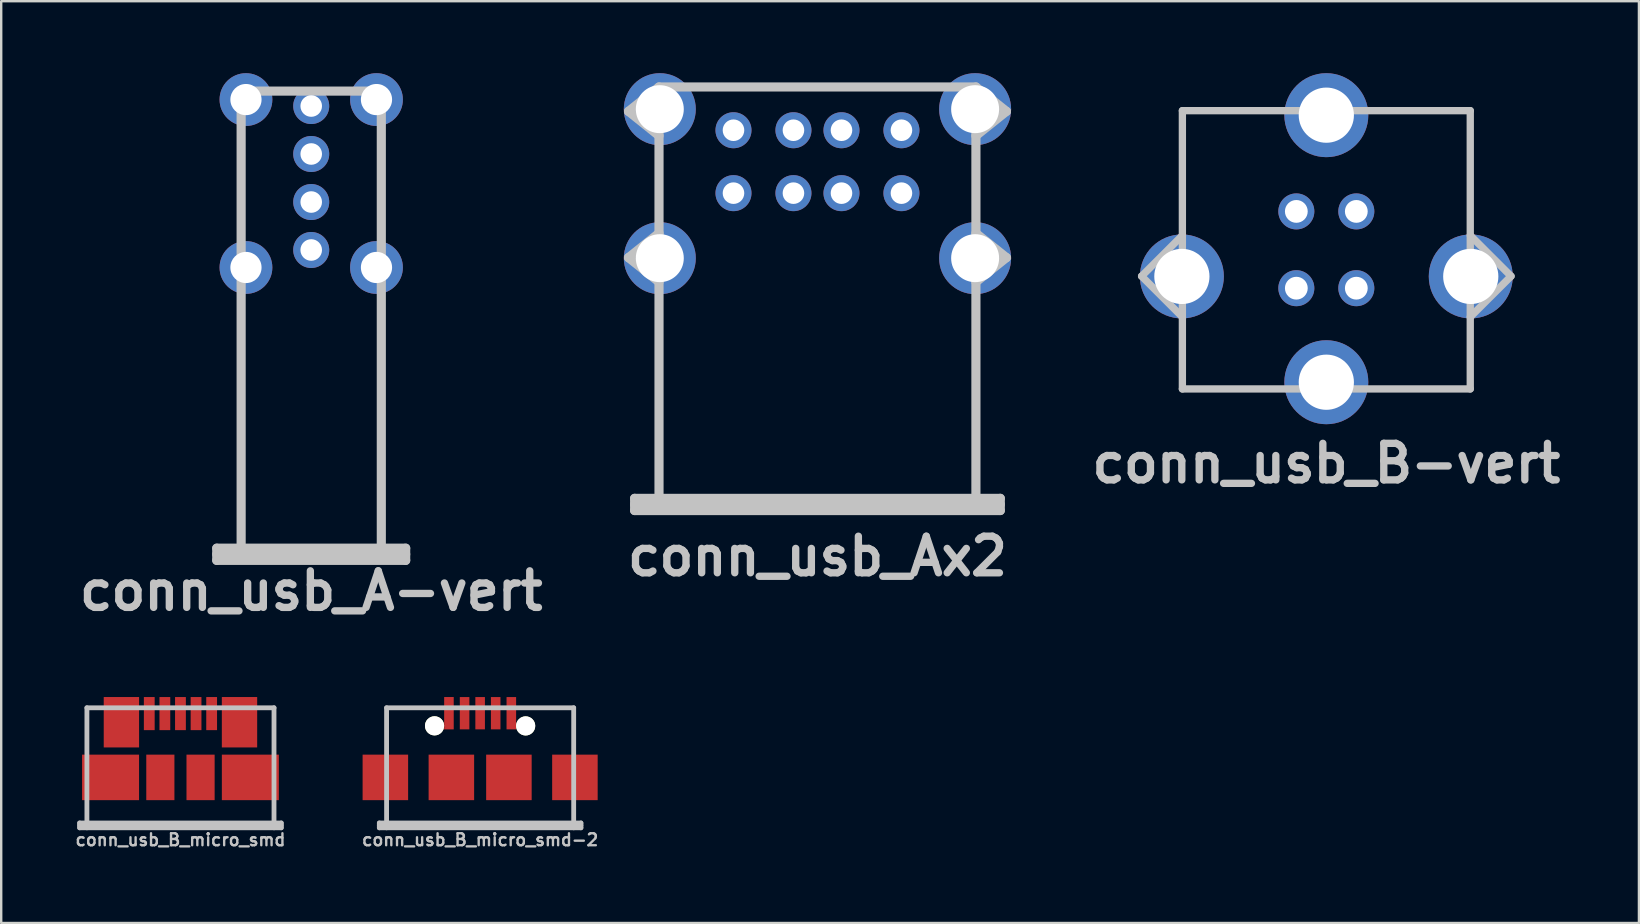
<source format=kicad_pcb>
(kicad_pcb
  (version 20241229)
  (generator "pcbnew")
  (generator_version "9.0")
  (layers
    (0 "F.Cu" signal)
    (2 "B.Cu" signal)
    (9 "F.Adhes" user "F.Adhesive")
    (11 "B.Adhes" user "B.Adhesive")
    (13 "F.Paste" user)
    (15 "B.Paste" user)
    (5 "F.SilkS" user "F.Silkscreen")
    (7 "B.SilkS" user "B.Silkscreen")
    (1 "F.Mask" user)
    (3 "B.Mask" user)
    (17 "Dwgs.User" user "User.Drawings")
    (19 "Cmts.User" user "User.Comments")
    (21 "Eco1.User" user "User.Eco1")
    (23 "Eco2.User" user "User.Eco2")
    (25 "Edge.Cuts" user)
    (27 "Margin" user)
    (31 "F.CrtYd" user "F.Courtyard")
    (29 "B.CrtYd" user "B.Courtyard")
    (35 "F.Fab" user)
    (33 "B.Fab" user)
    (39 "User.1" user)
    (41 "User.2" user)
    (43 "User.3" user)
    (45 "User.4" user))
  (footprint "conn_usb_B-vert"
    (layer "F.Cu")
    (at 52.228 7.361)
    (property "Reference" "conn_usb_B-vert" (at 0 8.9 0) (layer "Dwgs.User") (effects (font (size 1.524 1.524) (thickness 0.305))))
    (attr through_hole)
    (fp_line (start -7.699 1.1) (end -5.999 2.799) (stroke (width 0.305) (type solid)) (layer "Dwgs.User"))
    (fp_line (start -5.999 -5.799) (end 5.999 -5.799) (stroke (width 0.305) (type solid)) (layer "Dwgs.User"))
    (fp_line (start -5.999 -0.599) (end -7.699 1.1) (stroke (width 0.305) (type solid)) (layer "Dwgs.User"))
    (fp_line (start -5.999 5.799) (end -5.999 -5.799) (stroke (width 0.305) (type solid)) (layer "Dwgs.User"))
    (fp_line (start 5.999 -5.799) (end 5.999 5.799) (stroke (width 0.305) (type solid)) (layer "Dwgs.User"))
    (fp_line (start 5.999 -0.599) (end 7.699 1.1) (stroke (width 0.305) (type solid)) (layer "Dwgs.User"))
    (fp_line (start 5.999 5.799) (end -5.999 5.799) (stroke (width 0.305) (type solid)) (layer "Dwgs.User"))
    (fp_line (start 7.699 1.1) (end 5.999 2.799) (stroke (width 0.305) (type solid)) (layer "Dwgs.User"))
    (pad "" thru_hole circle (at -6.02 1.11) (size 3.5 3.5) (drill 2.301) (layers "*.Cu" "*.Mask"))
    (pad "" thru_hole circle (at 0 -5.611) (size 3.5 3.5) (drill 2.301) (layers "*.Cu" "*.Mask"))
    (pad "" thru_hole circle (at 0 5.519) (size 3.5 3.5) (drill 2.301) (layers "*.Cu" "*.Mask"))
    (pad "" thru_hole circle (at 6.02 1.11) (size 3.5 3.5) (drill 2.301) (layers "*.Cu" "*.Mask"))
    (pad "1" thru_hole circle (at 1.25 -1.6) (size 1.501 1.501) (drill 0.95) (layers "*.Cu" "*.Mask"))
    (pad "2" thru_hole circle (at -1.25 -1.6) (size 1.501 1.501) (drill 0.95) (layers "*.Cu" "*.Mask"))
    (pad "3" thru_hole circle (at -1.25 1.6) (size 1.501 1.501) (drill 0.95) (layers "*.Cu" "*.Mask"))
    (pad "4" thru_hole circle (at 1.25 1.6) (size 1.501 1.501) (drill 0.95) (layers "*.Cu" "*.Mask")))
  (footprint "conn_usb_A-vert"
    (layer "F.Cu")
    (at 9.921 10.399)
    (property "Reference" "conn_usb_A-vert" (at 0 11.176 0) (layer "Dwgs.User") (effects (font (size 1.524 1.524) (thickness 0.305))))
    (attr through_hole)
    (fp_line (start -3.937 9.398) (end -3.937 9.906) (stroke (width 0.381) (type solid)) (layer "Dwgs.User"))
    (fp_line (start -3.937 9.906) (end 3.937 9.906) (stroke (width 0.381) (type solid)) (layer "Dwgs.User"))
    (fp_line (start -2.921 -9.652) (end -2.921 9.652) (stroke (width 0.381) (type solid)) (layer "Dwgs.User"))
    (fp_line (start 2.921 -9.652) (end -2.921 -9.652) (stroke (width 0.381) (type solid)) (layer "Dwgs.User"))
    (fp_line (start 2.921 9.652) (end 2.921 -9.652) (stroke (width 0.381) (type solid)) (layer "Dwgs.User"))
    (fp_line (start 3.937 9.398) (end -3.937 9.398) (stroke (width 0.381) (type solid)) (layer "Dwgs.User"))
    (fp_line (start 3.937 9.652) (end -3.937 9.652) (stroke (width 0.381) (type solid)) (layer "Dwgs.User"))
    (fp_line (start 3.937 9.906) (end 3.937 9.398) (stroke (width 0.381) (type solid)) (layer "Dwgs.User"))
    (pad "" thru_hole circle (at -2.72 -9.299) (size 2.2 2.2) (drill 1.3) (layers "*.Cu" "*.Mask"))
    (pad "" thru_hole circle (at -2.72 -2.301) (size 2.2 2.2) (drill 1.3) (layers "*.Cu" "*.Mask"))
    (pad "" thru_hole circle (at 2.72 -9.299) (size 2.2 2.2) (drill 1.3) (layers "*.Cu" "*.Mask"))
    (pad "" thru_hole circle (at 2.72 -2.301) (size 2.2 2.2) (drill 1.3) (layers "*.Cu" "*.Mask"))
    (pad "1" thru_hole circle (at 0 -3.03) (size 1.501 1.501) (drill 0.899) (layers "*.Cu" "*.Mask"))
    (pad "2" thru_hole circle (at 0 -5.029) (size 1.501 1.501) (drill 0.899) (layers "*.Cu" "*.Mask"))
    (pad "3" thru_hole circle (at 0 -7.031) (size 1.501 1.501) (drill 0.899) (layers "*.Cu" "*.Mask"))
    (pad "4" thru_hole circle (at 0 -9.03) (size 1.501 1.501) (drill 0.899) (layers "*.Cu" "*.Mask")))
  (footprint "conn_usb_Ax2"
    (layer "F.Cu")
    (at 31.02 9.465)
    (property "Reference" "conn_usb_Ax2" (at 0 10.668 0) (layer "Dwgs.User") (effects (font (size 1.524 1.524) (thickness 0.305))))
    (attr through_hole)
    (fp_line (start -7.874 -7.874) (end -6.604 -6.858) (stroke (width 0.381) (type solid)) (layer "Dwgs.User"))
    (fp_line (start -7.874 -1.778) (end -6.604 -0.762) (stroke (width 0.381) (type solid)) (layer "Dwgs.User"))
    (fp_line (start -7.62 8.255) (end -7.62 8.763) (stroke (width 0.381) (type solid)) (layer "Dwgs.User"))
    (fp_line (start -7.62 8.255) (end 7.62 8.255) (stroke (width 0.381) (type solid)) (layer "Dwgs.User"))
    (fp_line (start -7.62 8.509) (end 7.62 8.509) (stroke (width 0.381) (type solid)) (layer "Dwgs.User"))
    (fp_line (start -6.604 -8.89) (end -7.874 -7.874) (stroke (width 0.381) (type solid)) (layer "Dwgs.User"))
    (fp_line (start -6.604 -8.636) (end -6.604 8.636) (stroke (width 0.381) (type solid)) (layer "Dwgs.User"))
    (fp_line (start -6.604 -2.794) (end -7.874 -1.778) (stroke (width 0.381) (type solid)) (layer "Dwgs.User"))
    (fp_line (start 6.604 -8.89) (end -6.604 -8.89) (stroke (width 0.381) (type solid)) (layer "Dwgs.User"))
    (fp_line (start 6.604 -8.89) (end 7.874 -7.874) (stroke (width 0.381) (type solid)) (layer "Dwgs.User"))
    (fp_line (start 6.604 -2.794) (end 7.874 -1.778) (stroke (width 0.381) (type solid)) (layer "Dwgs.User"))
    (fp_line (start 6.604 8.636) (end 6.604 -8.636) (stroke (width 0.381) (type solid)) (layer "Dwgs.User"))
    (fp_line (start 7.62 8.255) (end 7.62 8.763) (stroke (width 0.381) (type solid)) (layer "Dwgs.User"))
    (fp_line (start 7.62 8.763) (end -7.62 8.763) (stroke (width 0.381) (type solid)) (layer "Dwgs.User"))
    (fp_line (start 7.874 -7.874) (end 6.604 -6.858) (stroke (width 0.381) (type solid)) (layer "Dwgs.User"))
    (fp_line (start 7.874 -1.778) (end 6.604 -0.762) (stroke (width 0.381) (type solid)) (layer "Dwgs.User"))
    (pad "" thru_hole circle (at -6.571 -7.965) (size 3 3) (drill 1.999) (layers "*.Cu" "*.Mask"))
    (pad "" thru_hole circle (at -6.571 -1.755) (size 3 3) (drill 1.999) (layers "*.Cu" "*.Mask"))
    (pad "" thru_hole circle (at 6.571 -7.965) (size 3 3) (drill 1.999) (layers "*.Cu" "*.Mask"))
    (pad "" thru_hole circle (at 6.571 -1.755) (size 3 3) (drill 1.999) (layers "*.Cu" "*.Mask"))
    (pad "1" thru_hole circle (at -3.5 -4.465) (size 1.501 1.501) (drill 0.899) (layers "*.Cu" "*.Mask"))
    (pad "2" thru_hole circle (at -1.001 -4.465) (size 1.501 1.501) (drill 0.899) (layers "*.Cu" "*.Mask"))
    (pad "3" thru_hole circle (at 1.001 -4.465) (size 1.501 1.501) (drill 0.899) (layers "*.Cu" "*.Mask"))
    (pad "4" thru_hole circle (at 3.5 -4.465) (size 1.501 1.501) (drill 0.899) (layers "*.Cu" "*.Mask"))
    (pad "5" thru_hole circle (at -3.5 -7.087) (size 1.501 1.501) (drill 0.899) (layers "*.Cu" "*.Mask"))
    (pad "6" thru_hole circle (at -1.001 -7.087) (size 1.501 1.501) (drill 0.899) (layers "*.Cu" "*.Mask"))
    (pad "7" thru_hole circle (at 1.001 -7.087) (size 1.501 1.501) (drill 0.899) (layers "*.Cu" "*.Mask"))
    (pad "8" thru_hole circle (at 3.5 -7.087) (size 1.501 1.501) (drill 0.899) (layers "*.Cu" "*.Mask")))
  (footprint "conn_usb_B_micro_smd"
    (layer "F.Cu")
    (at 4.471 29.35)
    (property "Reference" "conn_usb_B_micro_smd" (at 0 2.601 0) (layer "Dwgs.User") (effects (font (size 0.5 0.5) (thickness 0.099))))
    (attr through_hole)
    (fp_line (start -4.201 1.9) (end -4.201 2.101) (stroke (width 0.201) (type solid)) (layer "Dwgs.User"))
    (fp_line (start -4.201 1.999) (end 4.201 1.999) (stroke (width 0.201) (type solid)) (layer "Dwgs.User"))
    (fp_line (start -4.201 2.101) (end 4.201 2.101) (stroke (width 0.201) (type solid)) (layer "Dwgs.User"))
    (fp_line (start -3.899 -2.901) (end 3.899 -2.901) (stroke (width 0.201) (type solid)) (layer "Dwgs.User"))
    (fp_line (start -3.899 2.101) (end -3.899 -2.901) (stroke (width 0.201) (type solid)) (layer "Dwgs.User"))
    (fp_line (start 3.899 -2.901) (end 3.899 2.101) (stroke (width 0.201) (type solid)) (layer "Dwgs.User"))
    (fp_line (start 4.201 1.9) (end -4.201 1.9) (stroke (width 0.201) (type solid)) (layer "Dwgs.User"))
    (fp_line (start 4.201 2.101) (end 4.201 1.9) (stroke (width 0.201) (type solid)) (layer "Dwgs.User"))
    (pad "" smd rect (at -2.913 0) (size 2.375 1.897) (layers "F.Cu" "F.Mask" "F.Paste"))
    (pad "" smd rect (at -2.461 -2.299) (size 1.473 2.101) (layers "F.Cu" "F.Mask" "F.Paste"))
    (pad "" smd rect (at -0.838 0) (size 1.173 1.897) (layers "F.Cu" "F.Mask" "F.Paste"))
    (pad "" smd rect (at 0.838 0) (size 1.173 1.897) (layers "F.Cu" "F.Mask" "F.Paste"))
    (pad "" smd rect (at 2.461 -2.299) (size 1.473 2.101) (layers "F.Cu" "F.Mask" "F.Paste"))
    (pad "" smd rect (at 2.913 0) (size 2.375 1.897) (layers "F.Cu" "F.Mask" "F.Paste"))
    (pad "1" smd rect (at -1.3 -2.659) (size 0.45 1.379) (layers "F.Cu" "F.Mask" "F.Paste"))
    (pad "2" smd rect (at -0.65 -2.659) (size 0.45 1.379) (layers "F.Cu" "F.Mask" "F.Paste"))
    (pad "3" smd rect (at 0 -2.659) (size 0.45 1.379) (layers "F.Cu" "F.Mask" "F.Paste"))
    (pad "4" smd rect (at 0.65 -2.659) (size 0.45 1.379) (layers "F.Cu" "F.Mask" "F.Paste"))
    (pad "5" smd rect (at 1.3 -2.659) (size 0.45 1.379) (layers "F.Cu" "F.Mask" "F.Paste")))
  (footprint "conn_usb_B_micro_smd-2"
    (layer "F.Cu")
    (at 16.961 29.35)
    (property "Reference" "conn_usb_B_micro_smd-2" (at 0 2.601 0) (layer "Dwgs.User") (effects (font (size 0.5 0.5) (thickness 0.099))))
    (attr through_hole)
    (fp_line (start -4.201 1.9) (end -4.201 2.101) (stroke (width 0.201) (type solid)) (layer "Dwgs.User"))
    (fp_line (start -4.201 1.999) (end 4.201 1.999) (stroke (width 0.201) (type solid)) (layer "Dwgs.User"))
    (fp_line (start -4.201 2.101) (end 4.201 2.101) (stroke (width 0.201) (type solid)) (layer "Dwgs.User"))
    (fp_line (start -3.899 -2.901) (end 3.899 -2.901) (stroke (width 0.201) (type solid)) (layer "Dwgs.User"))
    (fp_line (start -3.899 2.101) (end -3.899 -2.901) (stroke (width 0.201) (type solid)) (layer "Dwgs.User"))
    (fp_line (start 3.899 -2.901) (end 3.899 2.101) (stroke (width 0.201) (type solid)) (layer "Dwgs.User"))
    (fp_line (start 4.201 1.9) (end -4.201 1.9) (stroke (width 0.201) (type solid)) (layer "Dwgs.User"))
    (fp_line (start 4.201 2.101) (end 4.201 1.9) (stroke (width 0.201) (type solid)) (layer "Dwgs.User"))
    (pad "" smd rect (at -3.95 0) (size 1.897 1.897) (layers "F.Cu" "F.Mask" "F.Paste"))
    (pad "" np_thru_hole circle (at -1.9 -2.149) (size 0.798 0.798) (drill 0.798) (layers "*.Cu" "*.Mask" "F.SilkS"))
    (pad "" smd rect (at -1.199 0) (size 1.897 1.897) (layers "F.Cu" "F.Mask" "F.Paste"))
    (pad "" smd rect (at 1.199 0) (size 1.897 1.897) (layers "F.Cu" "F.Mask" "F.Paste"))
    (pad "" np_thru_hole circle (at 1.897 -2.146) (size 0.798 0.798) (drill 0.798) (layers "*.Cu" "*.Mask" "F.SilkS"))
    (pad "" smd rect (at 3.95 0) (size 1.897 1.897) (layers "F.Cu" "F.Mask" "F.Paste"))
    (pad "1" smd rect (at -1.3 -2.675) (size 0.399 1.349) (layers "F.Cu" "F.Mask" "F.Paste"))
    (pad "2" smd rect (at -0.648 -2.675) (size 0.399 1.346) (layers "F.Cu" "F.Mask" "F.Paste"))
    (pad "3" smd rect (at 0 -2.675) (size 0.399 1.346) (layers "F.Cu" "F.Mask" "F.Paste"))
    (pad "4" smd rect (at 0.648 -2.675) (size 0.399 1.346) (layers "F.Cu" "F.Mask" "F.Paste"))
    (pad "5" smd rect (at 1.3 -2.675) (size 0.399 1.346) (layers "F.Cu" "F.Mask" "F.Paste")))
  (gr_rect
    (start -3 -3)
    (end 65.257 35.418)
    (stroke (width 0.1) (type default))
    (fill no)
    (layer "Edge.Cuts")))
</source>
